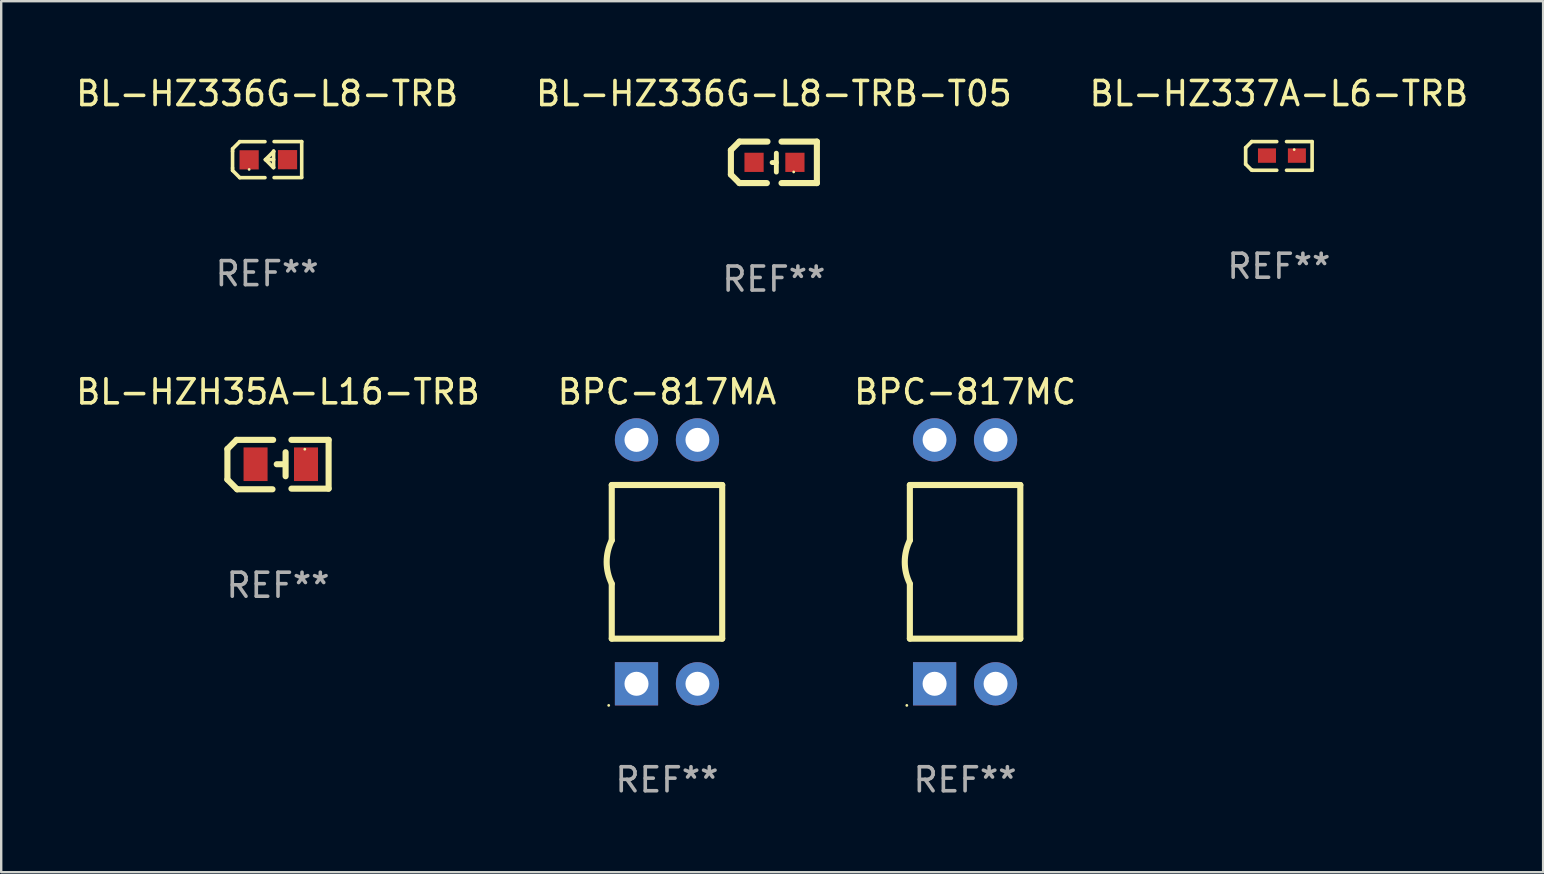
<source format=kicad_pcb>
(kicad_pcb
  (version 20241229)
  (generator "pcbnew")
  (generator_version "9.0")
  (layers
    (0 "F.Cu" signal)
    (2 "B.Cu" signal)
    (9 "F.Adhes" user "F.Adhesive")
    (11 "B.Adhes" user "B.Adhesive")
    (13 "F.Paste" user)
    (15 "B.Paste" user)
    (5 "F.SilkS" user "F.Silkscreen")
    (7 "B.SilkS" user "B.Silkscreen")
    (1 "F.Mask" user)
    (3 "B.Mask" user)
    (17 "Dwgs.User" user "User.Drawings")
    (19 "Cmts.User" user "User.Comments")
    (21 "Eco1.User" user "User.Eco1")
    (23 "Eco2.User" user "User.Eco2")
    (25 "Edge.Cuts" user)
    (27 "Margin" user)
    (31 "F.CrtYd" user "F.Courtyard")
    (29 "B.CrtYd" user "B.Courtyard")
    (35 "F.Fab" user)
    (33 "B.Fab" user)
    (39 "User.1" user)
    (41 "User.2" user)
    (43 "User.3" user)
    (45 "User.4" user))
  (footprint "BL-HZ336G-L8-TRB-T05"
    (layer "F.Cu")
    (at 29.185 3.712)
    (property "Reference" "BL-HZ336G-L8-TRB-T05" (at 0 -2.864 0) (layer "F.SilkS") (effects (font (size 1 1) (thickness 0.15))))
    (attr through_hole)
    (fp_line (start -1.791 -0.508) (end -1.435 -0.864) (stroke (width 0.254) (type solid)) (layer "F.SilkS"))
    (fp_line (start -1.791 0.508) (end -1.791 -0.508) (stroke (width 0.254) (type solid)) (layer "F.SilkS"))
    (fp_line (start -1.435 0.864) (end -1.791 0.508) (stroke (width 0.254) (type solid)) (layer "F.SilkS"))
    (fp_line (start -0.292 0.864) (end -1.435 0.864) (stroke (width 0.254) (type solid)) (layer "F.SilkS"))
    (fp_line (start -0.267 -0.864) (end -1.435 -0.864) (stroke (width 0.254) (type solid)) (layer "F.SilkS"))
    (fp_line (start 0.102 0.008) (end -0.074 0.008) (stroke (width 0.203) (type solid)) (layer "F.SilkS"))
    (fp_line (start 0.102 0.406) (end 0.102 -0.381) (stroke (width 0.203) (type solid)) (layer "F.SilkS"))
    (fp_line (start 1.791 -0.864) (end 0.318 -0.864) (stroke (width 0.254) (type solid)) (layer "F.SilkS"))
    (fp_line (start 1.791 0.864) (end 0.318 0.864) (stroke (width 0.254) (type solid)) (layer "F.SilkS"))
    (fp_line (start 1.791 0.864) (end 1.791 -0.864) (stroke (width 0.254) (type solid)) (layer "F.SilkS"))
    (fp_circle (center 0.825 0.4) (end 0.855 0.4) (stroke (width 0.06) (type solid)) (fill no) (layer "F.SilkS"))
    (fp_text user "REF**" (at 0 4.864 0) (layer "F.Fab") (effects (font (size 1 1) (thickness 0.15))))
    (pad "1" smd rect (at 0.876 0 90) (size 0.8 0.8) (layers "F.Cu" "F.Mask" "F.Paste"))
    (pad "2" smd rect (at -0.826 0 90) (size 0.8 0.8) (layers "F.Cu" "F.Mask" "F.Paste")))
  (footprint "BL-HZ336G-L8-TRB"
    (layer "F.Cu")
    (at 8.077 3.599)
    (property "Reference" "BL-HZ336G-L8-TRB" (at 0 -2.751 0) (layer "F.SilkS") (effects (font (size 1 1) (thickness 0.15))))
    (attr through_hole)
    (fp_line (start -1.44 -0.449) (end -1.14 -0.749) (stroke (width 0.15) (type solid)) (layer "F.SilkS"))
    (fp_line (start -1.44 -0.349) (end -1.44 -0.449) (stroke (width 0.15) (type solid)) (layer "F.SilkS"))
    (fp_line (start -1.44 -0.349) (end -1.44 0.351) (stroke (width 0.15) (type solid)) (layer "F.SilkS"))
    (fp_line (start -1.44 0.351) (end -1.44 0.451) (stroke (width 0.15) (type solid)) (layer "F.SilkS"))
    (fp_line (start -1.44 0.451) (end -1.14 0.751) (stroke (width 0.15) (type solid)) (layer "F.SilkS"))
    (fp_line (start -0.09 -0.749) (end -1.14 -0.749) (stroke (width 0.15) (type solid)) (layer "F.SilkS"))
    (fp_line (start -0.09 0.751) (end -1.14 0.751) (stroke (width 0.15) (type solid)) (layer "F.SilkS"))
    (fp_line (start 0.26 0.329) (end -0.07 -0.001) (stroke (width 0.15) (type solid)) (layer "F.SilkS"))
    (fp_line (start 0.27 -0.351) (end 0.27 -0.341) (stroke (width 0.15) (type solid)) (layer "F.SilkS"))
    (fp_line (start 0.27 -0.351) (end 0.27 0.329) (stroke (width 0.15) (type solid)) (layer "F.SilkS"))
    (fp_line (start 0.27 -0.341) (end -0.07 -0.001) (stroke (width 0.15) (type solid)) (layer "F.SilkS"))
    (fp_line (start 0.27 -0.001) (end -0.07 -0.001) (stroke (width 0.15) (type solid)) (layer "F.SilkS"))
    (fp_line (start 0.27 0.329) (end 0.26 0.329) (stroke (width 0.15) (type solid)) (layer "F.SilkS"))
    (fp_line (start 0.29 -0.751) (end 1.44 -0.751) (stroke (width 0.15) (type solid)) (layer "F.SilkS"))
    (fp_line (start 0.29 0.749) (end 1.44 0.749) (stroke (width 0.15) (type solid)) (layer "F.SilkS"))
    (fp_line (start 1.44 -0.751) (end 1.44 0.729) (stroke (width 0.15) (type solid)) (layer "F.SilkS"))
    (fp_circle (center -0.75 0.409) (end -0.72 0.409) (stroke (width 0.06) (type solid)) (fill no) (layer "F.SilkS"))
    (fp_text user "REF**" (at 0 4.751 0) (layer "F.Fab") (effects (font (size 1 1) (thickness 0.15))))
    (pad "1" smd rect (at -0.75 0.009 90) (size 0.8 0.8) (layers "F.Cu" "F.Mask" "F.Paste"))
    (pad "2" smd rect (at 0.849 0.002 90) (size 0.8 0.8) (layers "F.Cu" "F.Mask" "F.Paste")))
  (footprint "BPC-817MA"
    (layer "F.Cu")
    (at 24.732 20.352)
    (property "Reference" "BPC-817MA" (at 0 -7.08 0) (layer "F.SilkS") (effects (font (size 1 1) (thickness 0.15))))
    (attr through_hole)
    (fp_line (start -2.3 -3.2) (end 2.3 -3.2) (stroke (width 0.254) (type solid)) (layer "F.SilkS"))
    (fp_line (start -2.3 -0.902) (end -2.3 -3.2) (stroke (width 0.254) (type solid)) (layer "F.SilkS"))
    (fp_line (start -2.3 3.2) (end -2.3 0.928) (stroke (width 0.254) (type solid)) (layer "F.SilkS"))
    (fp_line (start -2.3 3.2) (end 2.3 3.2) (stroke (width 0.254) (type solid)) (layer "F.SilkS"))
    (fp_line (start 2.3 3.2) (end 2.3 -3.2) (stroke (width 0.254) (type solid)) (layer "F.SilkS"))
    (fp_arc (start -2.3 0.907036) (mid -2.512563 0.006604) (end -2.3 -0.893828) (stroke (width 0.254001) (type solid)) (layer "F.SilkS"))
    (fp_circle (center -2.427 5.98) (end -2.397 5.98) (stroke (width 0.06) (type solid)) (fill no) (layer "F.SilkS"))
    (fp_text user "REF**" (at 0 9.08 0) (layer "F.Fab") (effects (font (size 1 1) (thickness 0.15))))
    (pad "1" thru_hole rect (at -1.27 5.08 90) (size 1.8 1.8) (drill 1) (layers "*.Cu" "*.Mask"))
    (pad "2" thru_hole circle (at 1.27 5.08) (size 1.8 1.8) (drill 1) (layers "*.Cu" "*.Mask"))
    (pad "3" thru_hole circle (at 1.27 -5.08) (size 1.8 1.8) (drill 1) (layers "*.Cu" "*.Mask"))
    (pad "4" thru_hole circle (at -1.27 -5.08) (size 1.8 1.8) (drill 1) (layers "*.Cu" "*.Mask")))
  (footprint "BL-HZH35A-L16-TRB"
    (layer "F.Cu")
    (at 8.53 16.301)
    (property "Reference" "BL-HZH35A-L16-TRB" (at 0 -3.029 0) (layer "F.SilkS") (effects (font (size 1 1) (thickness 0.15))))
    (attr through_hole)
    (fp_line (start -2.108 -0.648) (end -1.727 -1.029) (stroke (width 0.254) (type solid)) (layer "F.SilkS"))
    (fp_line (start -2.108 0.622) (end -2.108 -0.648) (stroke (width 0.254) (type solid)) (layer "F.SilkS"))
    (fp_line (start -1.727 -1.029) (end -0.203 -1.029) (stroke (width 0.254) (type solid)) (layer "F.SilkS"))
    (fp_line (start -1.702 1.029) (end -2.108 0.622) (stroke (width 0.254) (type solid)) (layer "F.SilkS"))
    (fp_line (start -0.229 1.029) (end -1.702 1.029) (stroke (width 0.254) (type solid)) (layer "F.SilkS"))
    (fp_line (start 0.216 -0.014) (end -0.053 -0.014) (stroke (width 0.254) (type solid)) (layer "F.SilkS"))
    (fp_line (start 0.316 -0.514) (end 0.316 0.486) (stroke (width 0.254) (type solid)) (layer "F.SilkS"))
    (fp_line (start 0.559 1.003) (end 2.108 1.003) (stroke (width 0.254) (type solid)) (layer "F.SilkS"))
    (fp_line (start 2.108 -1.029) (end 0.559 -1.029) (stroke (width 0.254) (type solid)) (layer "F.SilkS"))
    (fp_line (start 2.108 1.003) (end 2.108 -1.029) (stroke (width 0.254) (type solid)) (layer "F.SilkS"))
    (fp_circle (center 1.116 -0.639) (end 1.146 -0.639) (stroke (width 0.06) (type solid)) (fill no) (layer "F.SilkS"))
    (fp_text user "REF**" (at 0 5.029 0) (layer "F.Fab") (effects (font (size 1 1) (thickness 0.15))))
    (pad "1" smd rect (at 1.166 -0.014 180) (size 1 1.4) (layers "F.Cu" "F.Mask" "F.Paste"))
    (pad "2" smd rect (at -0.935 -0.014 180) (size 1 1.4) (layers "F.Cu" "F.Mask" "F.Paste")))
  (footprint "BL-HZ337A-L6-TRB"
    (layer "F.Cu")
    (at 50.22 3.445)
    (property "Reference" "BL-HZ337A-L6-TRB" (at 0 -2.597 0) (layer "F.SilkS") (effects (font (size 1 1) (thickness 0.15))))
    (attr through_hole)
    (fp_line (start -1.384 -0.343) (end -1.13 -0.597) (stroke (width 0.152) (type solid)) (layer "F.SilkS"))
    (fp_line (start -1.384 0.343) (end -1.384 -0.343) (stroke (width 0.152) (type solid)) (layer "F.SilkS"))
    (fp_line (start -1.143 0.584) (end -1.384 0.343) (stroke (width 0.152) (type solid)) (layer "F.SilkS"))
    (fp_line (start -1.13 -0.597) (end -0.089 -0.597) (stroke (width 0.152) (type solid)) (layer "F.SilkS"))
    (fp_line (start -1.105 0.597) (end -1.143 0.584) (stroke (width 0.152) (type solid)) (layer "F.SilkS"))
    (fp_line (start -1.105 0.597) (end -0.089 0.597) (stroke (width 0.152) (type solid)) (layer "F.SilkS"))
    (fp_line (start 0.318 0.597) (end 1.384 0.597) (stroke (width 0.15) (type solid)) (layer "F.SilkS"))
    (fp_line (start 1.384 -0.597) (end 0.318 -0.597) (stroke (width 0.15) (type solid)) (layer "F.SilkS"))
    (fp_line (start 1.384 0.597) (end 1.384 -0.597) (stroke (width 0.15) (type solid)) (layer "F.SilkS"))
    (fp_circle (center 0.637 -0.264) (end 0.667 -0.264) (stroke (width 0.06) (type solid)) (fill no) (layer "F.SilkS"))
    (fp_text user "REF**" (at 0 4.597 0) (layer "F.Fab") (effects (font (size 1 1) (thickness 0.15))))
    (pad "1" smd rect (at 0.75 -0.014) (size 0.75 0.6) (layers "F.Cu" "F.Mask" "F.Paste"))
    (pad "2" smd rect (at -0.496 -0.014) (size 0.75 0.6) (layers "F.Cu" "F.Mask" "F.Paste")))
  (footprint "BPC-817MC"
    (layer "F.Cu")
    (at 37.149 20.352)
    (property "Reference" "BPC-817MC" (at 0 -7.08 0) (layer "F.SilkS") (effects (font (size 1 1) (thickness 0.15))))
    (attr through_hole)
    (fp_line (start -2.3 -3.2) (end 2.3 -3.2) (stroke (width 0.254) (type solid)) (layer "F.SilkS"))
    (fp_line (start -2.3 -0.902) (end -2.3 -3.2) (stroke (width 0.254) (type solid)) (layer "F.SilkS"))
    (fp_line (start -2.3 3.2) (end -2.3 0.928) (stroke (width 0.254) (type solid)) (layer "F.SilkS"))
    (fp_line (start -2.3 3.2) (end 2.3 3.2) (stroke (width 0.254) (type solid)) (layer "F.SilkS"))
    (fp_line (start 2.3 3.2) (end 2.3 -3.2) (stroke (width 0.254) (type solid)) (layer "F.SilkS"))
    (fp_arc (start -2.3 0.907036) (mid -2.512563 0.006604) (end -2.3 -0.893828) (stroke (width 0.254001) (type solid)) (layer "F.SilkS"))
    (fp_circle (center -2.427 5.98) (end -2.397 5.98) (stroke (width 0.06) (type solid)) (fill no) (layer "F.SilkS"))
    (fp_text user "REF**" (at 0 9.08 0) (layer "F.Fab") (effects (font (size 1 1) (thickness 0.15))))
    (pad "1" thru_hole rect (at -1.27 5.08 90) (size 1.8 1.8) (drill 1) (layers "*.Cu" "*.Mask"))
    (pad "2" thru_hole circle (at 1.27 5.08) (size 1.8 1.8) (drill 1) (layers "*.Cu" "*.Mask"))
    (pad "3" thru_hole circle (at 1.27 -5.08) (size 1.8 1.8) (drill 1) (layers "*.Cu" "*.Mask"))
    (pad "4" thru_hole circle (at -1.27 -5.08) (size 1.8 1.8) (drill 1) (layers "*.Cu" "*.Mask")))
  (gr_rect
    (start -3 -3)
    (end 61.226 33.28)
    (stroke (width 0.1) (type default))
    (fill no)
    (layer "Edge.Cuts")))
</source>
